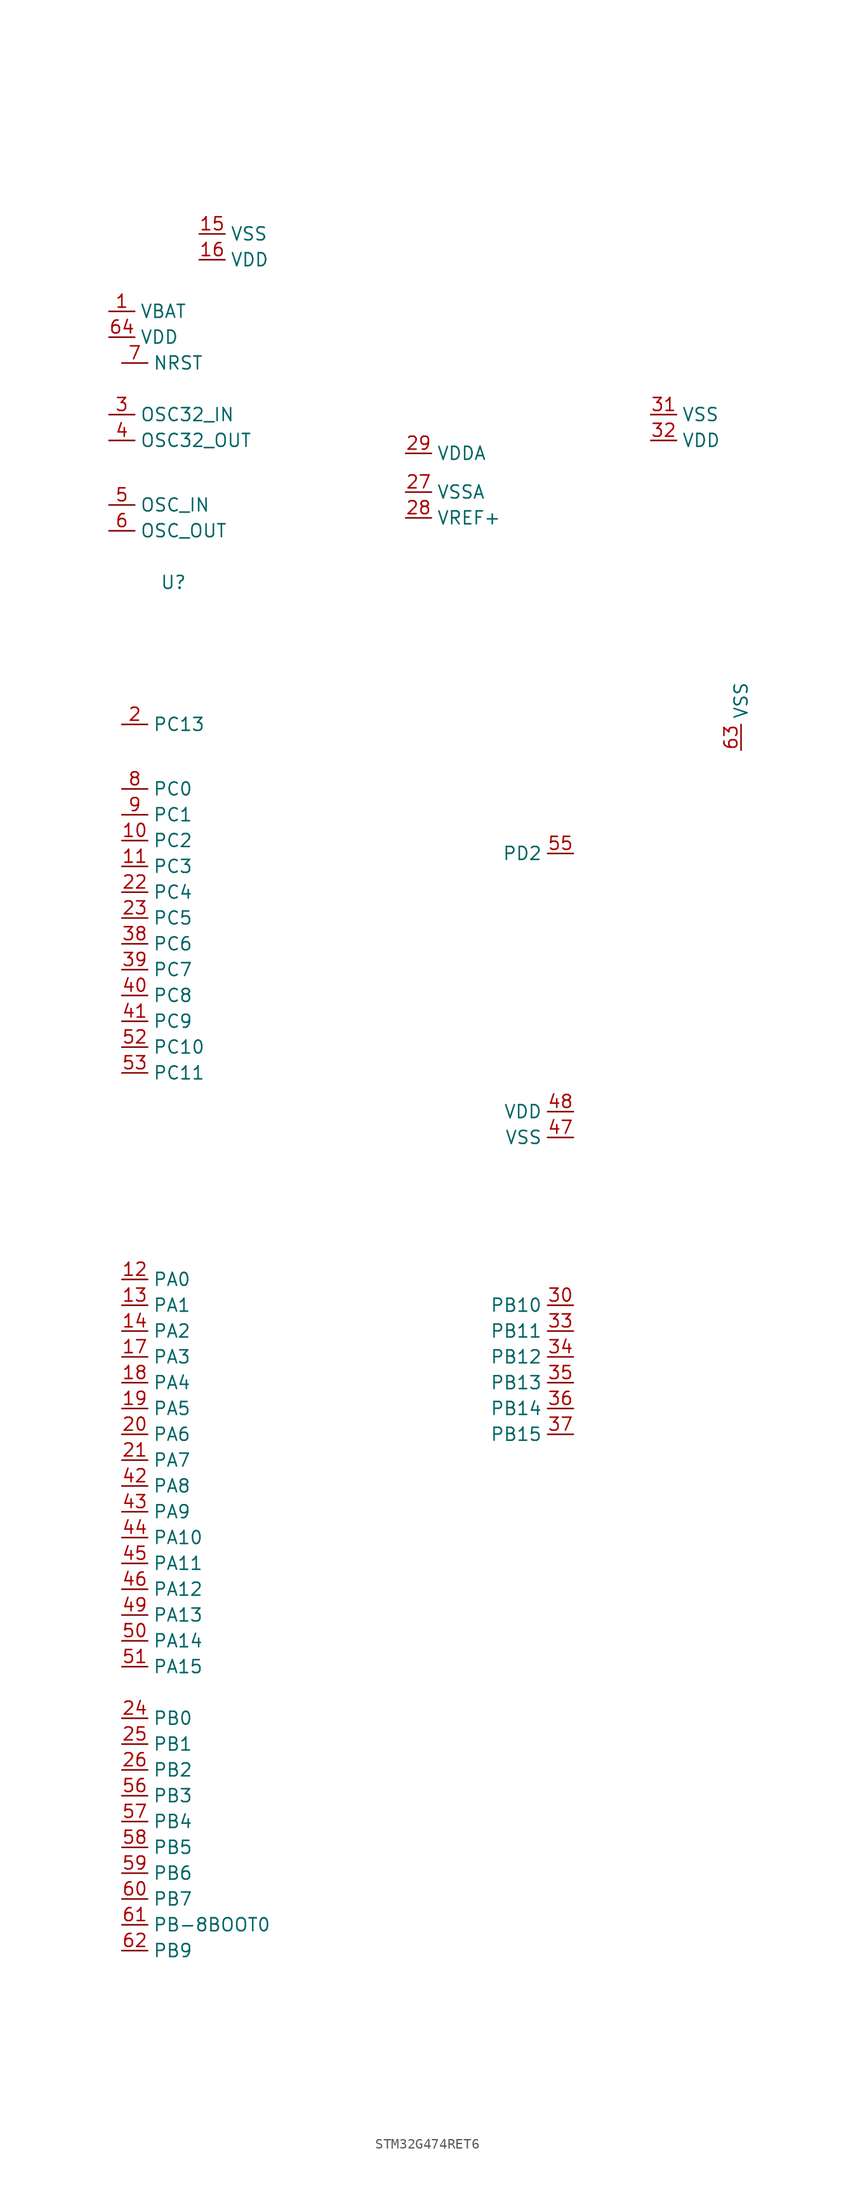
<source format=kicad_sym>
(kicad_symbol_lib
  (version 20220914)
  (generator kicad_symbol_editor)
  (symbol "STM32G474RET6"
    (property "Reference" "U"
      (at 2.54 46.99 0)
      (effects (font (size 1.27 1.27))))
    (property "Value" ""
      (at 0 -34.29 0)
      (effects (font (size 1.27 1.27))))
    (symbol "STM32G474RET6_0_0"
      (text "" (at -1.27 26.67 0) (effects (font (size 1.27 1.27)))))
    (symbol "STM32G474RET6_1_1"
      (pin power_in line (at -3.81 73.66 0) (length 2.54) (name "VBAT" (effects (font (size 1.27 1.27)))) (number "1" (effects (font (size 1.27 1.27)))))
      (pin power_in line (at -2.54 21.59 0) (length 2.54) (name "PC2" (effects (font (size 1.27 1.27)))) (number "10" (effects (font (size 1.27 1.27)))))
      (pin power_in line (at -2.54 19.05 0) (length 2.54) (name "PC3" (effects (font (size 1.27 1.27)))) (number "11" (effects (font (size 1.27 1.27)))))
      (pin power_in line (at -2.54 -21.59 0) (length 2.54) (name "PA0" (effects (font (size 1.27 1.27)))) (number "12" (effects (font (size 1.27 1.27)))))
      (pin power_in line (at -2.54 -24.13 0) (length 2.54) (name "PA1" (effects (font (size 1.27 1.27)))) (number "13" (effects (font (size 1.27 1.27)))))
      (pin power_in line (at -2.54 -26.67 0) (length 2.54) (name "PA2" (effects (font (size 1.27 1.27)))) (number "14" (effects (font (size 1.27 1.27)))))
      (pin power_in line (at 5.08 81.28 0) (length 2.54) (name "VSS" (effects (font (size 1.27 1.27)))) (number "15" (effects (font (size 1.27 1.27)))))
      (pin power_in line (at 5.08 78.74 0) (length 2.54) (name "VDD" (effects (font (size 1.27 1.27)))) (number "16" (effects (font (size 1.27 1.27)))))
      (pin power_in line (at -2.54 -29.21 0) (length 2.54) (name "PA3" (effects (font (size 1.27 1.27)))) (number "17" (effects (font (size 1.27 1.27)))))
      (pin power_in line (at -2.54 -31.75 0) (length 2.54) (name "PA4" (effects (font (size 1.27 1.27)))) (number "18" (effects (font (size 1.27 1.27)))))
      (pin power_in line (at -2.54 -34.29 0) (length 2.54) (name "PA5" (effects (font (size 1.27 1.27)))) (number "19" (effects (font (size 1.27 1.27)))))
      (pin power_in line (at -2.54 33.02 0) (length 2.54) (name "PC13" (effects (font (size 1.27 1.27)))) (number "2" (effects (font (size 1.27 1.27)))))
      (pin power_in line (at -2.54 -36.83 0) (length 2.54) (name "PA6" (effects (font (size 1.27 1.27)))) (number "20" (effects (font (size 1.27 1.27)))))
      (pin power_in line (at -2.54 -39.37 0) (length 2.54) (name "PA7" (effects (font (size 1.27 1.27)))) (number "21" (effects (font (size 1.27 1.27)))))
      (pin power_in line (at -2.54 16.51 0) (length 2.54) (name "PC4" (effects (font (size 1.27 1.27)))) (number "22" (effects (font (size 1.27 1.27)))))
      (pin power_in line (at -2.54 13.97 0) (length 2.54) (name "PC5" (effects (font (size 1.27 1.27)))) (number "23" (effects (font (size 1.27 1.27)))))
      (pin power_in line (at -2.54 -64.77 0) (length 2.54) (name "PB0" (effects (font (size 1.27 1.27)))) (number "24" (effects (font (size 1.27 1.27)))))
      (pin power_in line (at -2.54 -67.31 0) (length 2.54) (name "PB1" (effects (font (size 1.27 1.27)))) (number "25" (effects (font (size 1.27 1.27)))))
      (pin power_in line (at -2.54 -69.85 0) (length 2.54) (name "PB2" (effects (font (size 1.27 1.27)))) (number "26" (effects (font (size 1.27 1.27)))))
      (pin power_in line (at 25.4 55.88 0) (length 2.54) (name "VSSA" (effects (font (size 1.27 1.27)))) (number "27" (effects (font (size 1.27 1.27)))))
      (pin power_in line (at 25.4 53.34 0) (length 2.54) (name "VREF+" (effects (font (size 1.27 1.27)))) (number "28" (effects (font (size 1.27 1.27)))))
      (pin power_in line (at 25.4 59.69 0) (length 2.54) (name "VDDA" (effects (font (size 1.27 1.27)))) (number "29" (effects (font (size 1.27 1.27)))))
      (pin power_in line (at -3.81 63.5 0) (length 2.54) (name "OSC32_IN" (effects (font (size 1.27 1.27)))) (number "3" (effects (font (size 1.27 1.27)))))
      (pin power_in line (at 41.91 -24.13 180) (length 2.54) (name "PB10" (effects (font (size 1.27 1.27)))) (number "30" (effects (font (size 1.27 1.27)))))
      (pin power_in line (at 49.53 63.5 0) (length 2.54) (name "VSS" (effects (font (size 1.27 1.27)))) (number "31" (effects (font (size 1.27 1.27)))))
      (pin power_in line (at 49.53 60.96 0) (length 2.54) (name "VDD" (effects (font (size 1.27 1.27)))) (number "32" (effects (font (size 1.27 1.27)))))
      (pin power_in line (at 41.91 -26.67 180) (length 2.54) (name "PB11" (effects (font (size 1.27 1.27)))) (number "33" (effects (font (size 1.27 1.27)))))
      (pin power_in line (at 41.91 -29.21 180) (length 2.54) (name "PB12" (effects (font (size 1.27 1.27)))) (number "34" (effects (font (size 1.27 1.27)))))
      (pin power_in line (at 41.91 -31.75 180) (length 2.54) (name "PB13" (effects (font (size 1.27 1.27)))) (number "35" (effects (font (size 1.27 1.27)))))
      (pin power_in line (at 41.91 -34.29 180) (length 2.54) (name "PB14" (effects (font (size 1.27 1.27)))) (number "36" (effects (font (size 1.27 1.27)))))
      (pin power_in line (at 41.91 -36.83 180) (length 2.54) (name "PB15" (effects (font (size 1.27 1.27)))) (number "37" (effects (font (size 1.27 1.27)))))
      (pin power_in line (at -2.54 11.43 0) (length 2.54) (name "PC6" (effects (font (size 1.27 1.27)))) (number "38" (effects (font (size 1.27 1.27)))))
      (pin power_in line (at -2.54 8.89 0) (length 2.54) (name "PC7" (effects (font (size 1.27 1.27)))) (number "39" (effects (font (size 1.27 1.27)))))
      (pin power_in line (at -3.81 60.96 0) (length 2.54) (name "OSC32_OUT" (effects (font (size 1.27 1.27)))) (number "4" (effects (font (size 1.27 1.27)))))
      (pin power_in line (at -2.54 6.35 0) (length 2.54) (name "PC8" (effects (font (size 1.27 1.27)))) (number "40" (effects (font (size 1.27 1.27)))))
      (pin power_in line (at -2.54 3.81 0) (length 2.54) (name "PC9" (effects (font (size 1.27 1.27)))) (number "41" (effects (font (size 1.27 1.27)))))
      (pin power_in line (at -2.54 -41.91 0) (length 2.54) (name "PA8" (effects (font (size 1.27 1.27)))) (number "42" (effects (font (size 1.27 1.27)))))
      (pin power_in line (at -2.54 -44.45 0) (length 2.54) (name "PA9" (effects (font (size 1.27 1.27)))) (number "43" (effects (font (size 1.27 1.27)))))
      (pin power_in line (at -2.54 -46.99 0) (length 2.54) (name "PA10" (effects (font (size 1.27 1.27)))) (number "44" (effects (font (size 1.27 1.27)))))
      (pin power_in line (at -2.54 -49.53 0) (length 2.54) (name "PA11" (effects (font (size 1.27 1.27)))) (number "45" (effects (font (size 1.27 1.27)))))
      (pin power_in line (at -2.54 -52.07 0) (length 2.54) (name "PA12" (effects (font (size 1.27 1.27)))) (number "46" (effects (font (size 1.27 1.27)))))
      (pin power_in line (at 41.91 -7.62 180) (length 2.54) (name "VSS" (effects (font (size 1.27 1.27)))) (number "47" (effects (font (size 1.27 1.27)))))
      (pin power_in line (at 41.91 -5.08 180) (length 2.54) (name "VDD" (effects (font (size 1.27 1.27)))) (number "48" (effects (font (size 1.27 1.27)))))
      (pin power_in line (at -2.54 -54.61 0) (length 2.54) (name "PA13" (effects (font (size 1.27 1.27)))) (number "49" (effects (font (size 1.27 1.27)))))
      (pin power_in line (at -3.81 54.61 0) (length 2.54) (name "OSC_IN" (effects (font (size 1.27 1.27)))) (number "5" (effects (font (size 1.27 1.27)))))
      (pin power_in line (at -2.54 -57.15 0) (length 2.54) (name "PA14" (effects (font (size 1.27 1.27)))) (number "50" (effects (font (size 1.27 1.27)))))
      (pin power_in line (at -2.54 -59.69 0) (length 2.54) (name "PA15" (effects (font (size 1.27 1.27)))) (number "51" (effects (font (size 1.27 1.27)))))
      (pin power_in line (at -2.54 1.27 0) (length 2.54) (name "PC10" (effects (font (size 1.27 1.27)))) (number "52" (effects (font (size 1.27 1.27)))))
      (pin power_in line (at -2.54 -1.27 0) (length 2.54) (name "PC11" (effects (font (size 1.27 1.27)))) (number "53" (effects (font (size 1.27 1.27)))))
      (pin power_in line (at 41.91 20.32 180) (length 2.54) (name "PD2" (effects (font (size 1.27 1.27)))) (number "55" (effects (font (size 1.27 1.27)))))
      (pin power_in line (at -2.54 -72.39 0) (length 2.54) (name "PB3" (effects (font (size 1.27 1.27)))) (number "56" (effects (font (size 1.27 1.27)))))
      (pin power_in line (at -2.54 -74.93 0) (length 2.54) (name "PB4" (effects (font (size 1.27 1.27)))) (number "57" (effects (font (size 1.27 1.27)))))
      (pin power_in line (at -2.54 -77.47 0) (length 2.54) (name "PB5" (effects (font (size 1.27 1.27)))) (number "58" (effects (font (size 1.27 1.27)))))
      (pin power_in line (at -2.54 -80.01 0) (length 2.54) (name "PB6" (effects (font (size 1.27 1.27)))) (number "59" (effects (font (size 1.27 1.27)))))
      (pin power_in line (at -3.81 52.07 0) (length 2.54) (name "OSC_OUT" (effects (font (size 1.27 1.27)))) (number "6" (effects (font (size 1.27 1.27)))))
      (pin power_in line (at -2.54 -82.55 0) (length 2.54) (name "PB7" (effects (font (size 1.27 1.27)))) (number "60" (effects (font (size 1.27 1.27)))))
      (pin power_in line (at -2.54 -85.09 0) (length 2.54) (name "PB-8BOOT0" (effects (font (size 1.27 1.27)))) (number "61" (effects (font (size 1.27 1.27)))))
      (pin power_in line (at -2.54 -87.63 0) (length 2.54) (name "PB9" (effects (font (size 1.27 1.27)))) (number "62" (effects (font (size 1.27 1.27)))))
      (pin power_in line (at 58.42 30.48 90) (length 2.54) (name "VSS" (effects (font (size 1.27 1.27)))) (number "63" (effects (font (size 1.27 1.27)))))
      (pin power_in line (at -3.81 71.12 0) (length 2.54) (name "VDD" (effects (font (size 1.27 1.27)))) (number "64" (effects (font (size 1.27 1.27)))))
      (pin power_in line (at -2.54 68.58 0) (length 2.54) (name "NRST" (effects (font (size 1.27 1.27)))) (number "7" (effects (font (size 1.27 1.27)))))
      (pin power_in line (at -2.54 26.67 0) (length 2.54) (name "PC0" (effects (font (size 1.27 1.27)))) (number "8" (effects (font (size 1.27 1.27)))))
      (pin power_in line (at -2.54 24.13 0) (length 2.54) (name "PC1" (effects (font (size 1.27 1.27)))) (number "9" (effects (font (size 1.27 1.27))))))))
</source>
